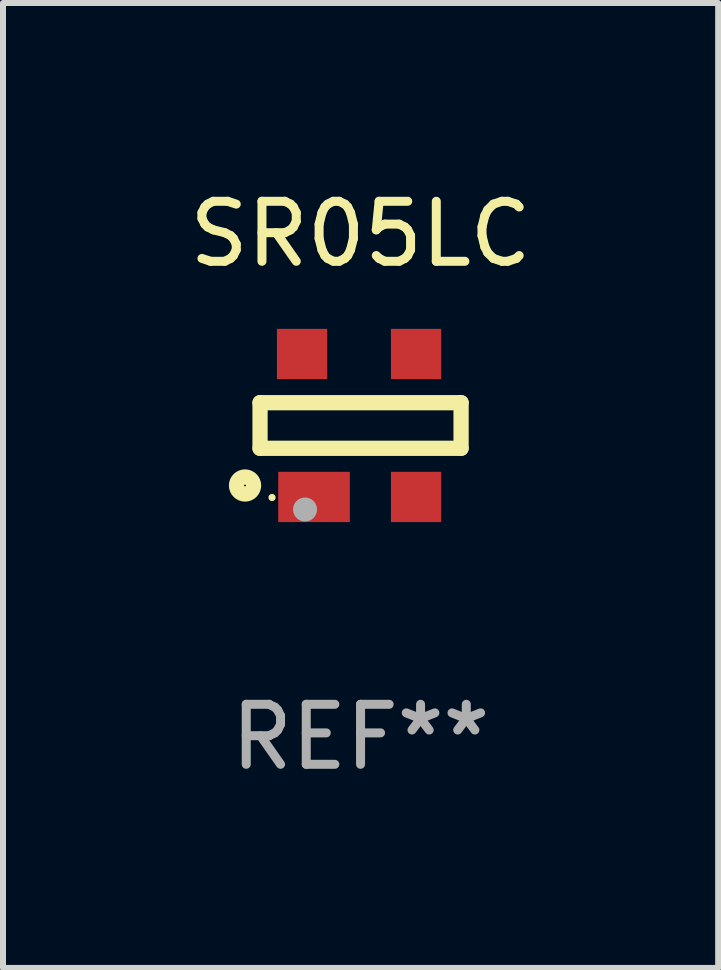
<source format=kicad_pcb>
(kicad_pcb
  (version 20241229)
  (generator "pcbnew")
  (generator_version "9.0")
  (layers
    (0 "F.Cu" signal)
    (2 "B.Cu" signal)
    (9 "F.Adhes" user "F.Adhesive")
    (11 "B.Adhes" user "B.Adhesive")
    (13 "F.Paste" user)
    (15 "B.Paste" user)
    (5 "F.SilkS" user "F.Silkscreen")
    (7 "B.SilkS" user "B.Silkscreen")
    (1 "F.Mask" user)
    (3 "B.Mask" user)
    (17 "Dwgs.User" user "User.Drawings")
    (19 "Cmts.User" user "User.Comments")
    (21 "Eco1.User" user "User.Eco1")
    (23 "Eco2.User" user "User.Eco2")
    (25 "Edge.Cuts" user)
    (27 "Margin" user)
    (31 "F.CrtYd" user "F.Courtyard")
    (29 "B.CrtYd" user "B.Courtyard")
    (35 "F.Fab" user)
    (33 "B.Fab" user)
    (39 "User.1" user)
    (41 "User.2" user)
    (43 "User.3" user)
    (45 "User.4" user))
  (footprint "SR05LC"
    (layer "F.Cu")
    (at 2.958 4.04)
    (property "Reference" "SR05LC" (at 0 -3.191 0) (layer "F.SilkS") (effects (font (size 1 1) (thickness 0.15))))
    (attr through_hole)
    (fp_line (start -1.675 -0.38) (end -1.675 0.38) (stroke (width 0.254) (type solid)) (layer "F.SilkS"))
    (fp_line (start -1.675 -0.38) (end 1.675 -0.38) (stroke (width 0.254) (type solid)) (layer "F.SilkS"))
    (fp_line (start -1.675 0.38) (end 1.675 0.38) (stroke (width 0.254) (type solid)) (layer "F.SilkS"))
    (fp_line (start 1.675 -0.38) (end 1.675 0.38) (stroke (width 0.254) (type solid)) (layer "F.SilkS"))
    (fp_circle (center -1.925 1) (end -1.783 1) (stroke (width 0.254) (type solid)) (fill no) (layer "F.SilkS"))
    (fp_circle (center -1.475 1.2) (end -1.445 1.2) (stroke (width 0.06) (type solid)) (fill no) (layer "F.SilkS"))
    (fp_circle (center -0.925 1.4) (end -0.825 1.4) (stroke (width 0.2) (type solid)) (fill no) (layer "F.Fab"))
    (fp_text user "REF**" (at 0 5.191 0) (layer "F.Fab") (effects (font (size 1 1) (thickness 0.15))))
    (pad "1" smd rect (at -0.775 1.191) (size 1.194 0.838) (layers "F.Cu" "F.Mask" "F.Paste"))
    (pad "2" smd rect (at 0.925 1.191) (size 0.838 0.838) (layers "F.Cu" "F.Mask" "F.Paste"))
    (pad "3" smd rect (at 0.925 -1.191) (size 0.838 0.838) (layers "F.Cu" "F.Mask" "F.Paste"))
    (pad "4" smd rect (at -0.975 -1.191) (size 0.838 0.838) (layers "F.Cu" "F.Mask" "F.Paste")))
  (gr_rect
    (start -3 -3)
    (end 8.917 13.079)
    (stroke (width 0.1) (type default))
    (fill no)
    (layer "Edge.Cuts")))
</source>
